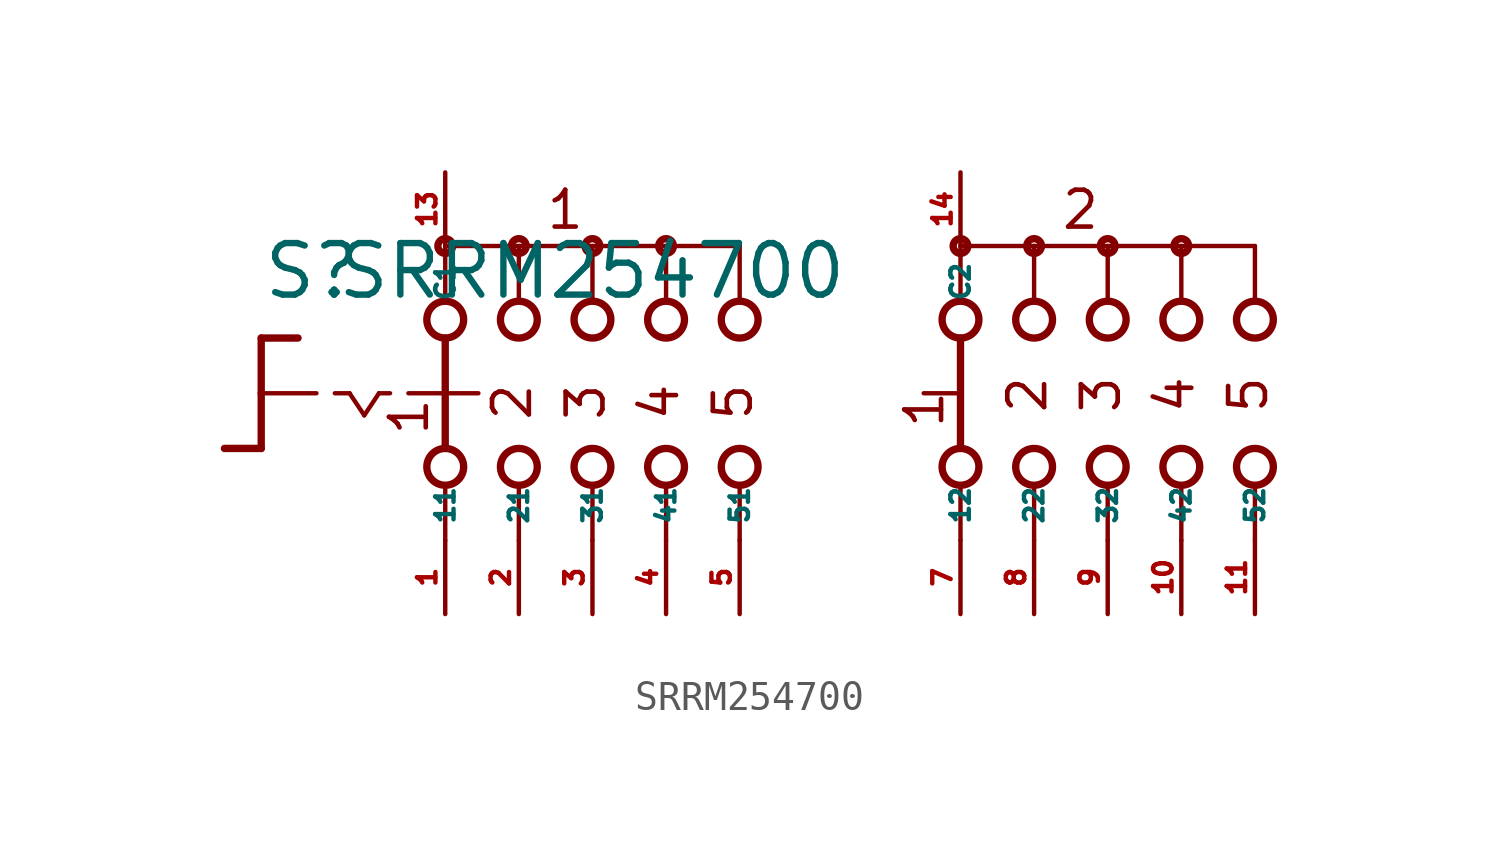
<source format=kicad_sym>
(kicad_symbol_lib
  (version 20220914)
  (generator Eagle2Kicad)
  (symbol "SRRM254700"
    (property "Reference" "S"
      (at -19.05 3.175 0)
      (effects (font (size 1.778 1.778) (thickness 0.22)) (justify left bottom)))
    (property "Value" "SRRM254700"
      (at -16.51 3.175 0)
      (effects (font (size 1.778 1.778) (thickness 0.22)) (justify left bottom)))
    (polyline
      (pts (xy -19.05 1.905) (xy -17.78 1.905))
      (stroke (width 0.254) (type default))
      (fill (type none)))
    (polyline
      (pts (xy -19.05 1.905) (xy -19.05 0))
      (stroke (width 0.254) (type default))
      (fill (type none)))
    (polyline
      (pts (xy -19.05 -1.905) (xy -20.32 -1.905))
      (stroke (width 0.254) (type default))
      (fill (type none)))
    (polyline
      (pts (xy -19.05 0) (xy -17.145 0))
      (stroke (width 0.152) (type default))
      (fill (type none)))
    (polyline
      (pts (xy -19.05 0) (xy -19.05 -1.905))
      (stroke (width 0.254) (type default))
      (fill (type none)))
    (polyline
      (pts (xy -16.51 0) (xy -16.002 0))
      (stroke (width 0.152) (type default))
      (fill (type none)))
    (polyline
      (pts (xy -14.986 0) (xy -14.605 0))
      (stroke (width 0.152) (type default))
      (fill (type none)))
    (polyline
      (pts (xy -16.002 0) (xy -15.494 -0.762))
      (stroke (width 0.152) (type default))
      (fill (type none)))
    (polyline
      (pts (xy -15.494 -0.762) (xy -14.986 0))
      (stroke (width 0.152) (type default))
      (fill (type none)))
    (polyline
      (pts (xy -10.16 3.175) (xy -10.16 5.08))
      (stroke (width 0.152) (type default))
      (fill (type none)))
    (polyline
      (pts (xy -7.62 3.175) (xy -7.62 5.08))
      (stroke (width 0.152) (type default))
      (fill (type none)))
    (polyline
      (pts (xy -5.08 3.175) (xy -5.08 5.08))
      (stroke (width 0.152) (type default))
      (fill (type none)))
    (polyline
      (pts (xy -7.62 5.08) (xy -10.16 5.08))
      (stroke (width 0.152) (type default))
      (fill (type none)))
    (polyline
      (pts (xy -7.62 5.08) (xy -5.08 5.08))
      (stroke (width 0.152) (type default))
      (fill (type none)))
    (polyline
      (pts (xy -2.54 3.175) (xy -2.54 5.08))
      (stroke (width 0.152) (type default))
      (fill (type none)))
    (polyline
      (pts (xy -5.08 5.08) (xy -2.54 5.08))
      (stroke (width 0.152) (type default))
      (fill (type none)))
    (polyline
      (pts (xy -12.7 5.08) (xy -12.7 3.175))
      (stroke (width 0.152) (type default))
      (fill (type none)))
    (polyline
      (pts (xy -10.16 5.08) (xy -12.7 5.08))
      (stroke (width 0.152) (type default))
      (fill (type none)))
    (polyline
      (pts (xy 5.08 3.175) (xy 5.08 5.08))
      (stroke (width 0.152) (type default))
      (fill (type none)))
    (polyline
      (pts (xy 5.08 -5.08) (xy 5.08 -3.175))
      (stroke (width 0.152) (type default))
      (fill (type none)))
    (polyline
      (pts (xy 7.62 3.175) (xy 7.62 5.08))
      (stroke (width 0.152) (type default))
      (fill (type none)))
    (polyline
      (pts (xy 10.16 3.175) (xy 10.16 5.08))
      (stroke (width 0.152) (type default))
      (fill (type none)))
    (polyline
      (pts (xy 12.7 3.175) (xy 12.7 5.08))
      (stroke (width 0.152) (type default))
      (fill (type none)))
    (polyline
      (pts (xy 15.24 3.175) (xy 15.24 5.08))
      (stroke (width 0.152) (type default))
      (fill (type none)))
    (polyline
      (pts (xy 5.08 5.08) (xy 7.62 5.08))
      (stroke (width 0.152) (type default))
      (fill (type none)))
    (polyline
      (pts (xy 7.62 5.08) (xy 10.16 5.08))
      (stroke (width 0.152) (type default))
      (fill (type none)))
    (polyline
      (pts (xy 10.16 5.08) (xy 12.7 5.08))
      (stroke (width 0.152) (type default))
      (fill (type none)))
    (polyline
      (pts (xy 12.7 5.08) (xy 15.24 5.08))
      (stroke (width 0.152) (type default))
      (fill (type none)))
    (polyline
      (pts (xy 7.62 -5.08) (xy 7.62 -3.175))
      (stroke (width 0.152) (type default))
      (fill (type none)))
    (polyline
      (pts (xy 10.16 -5.08) (xy 10.16 -3.175))
      (stroke (width 0.152) (type default))
      (fill (type none)))
    (polyline
      (pts (xy 12.7 -5.08) (xy 12.7 -3.175))
      (stroke (width 0.152) (type default))
      (fill (type none)))
    (polyline
      (pts (xy 15.24 -5.08) (xy 15.24 -3.175))
      (stroke (width 0.152) (type default))
      (fill (type none)))
    (polyline
      (pts (xy 5.08 1.905) (xy 5.08 -1.905))
      (stroke (width 0.254) (type default))
      (fill (type none)))
    (polyline
      (pts (xy 3.81 0) (xy 4.953 0))
      (stroke (width 0.152) (type default))
      (fill (type none)))
    (polyline
      (pts (xy -13.97 0) (xy -12.827 0))
      (stroke (width 0.152) (type default))
      (fill (type none)))
    (polyline
      (pts (xy -10.16 -5.08) (xy -10.16 -3.175))
      (stroke (width 0.152) (type default))
      (fill (type none)))
    (polyline
      (pts (xy -7.62 -5.08) (xy -7.62 -3.175))
      (stroke (width 0.152) (type default))
      (fill (type none)))
    (polyline
      (pts (xy -5.08 -5.08) (xy -5.08 -3.175))
      (stroke (width 0.152) (type default))
      (fill (type none)))
    (polyline
      (pts (xy -2.54 -5.08) (xy -2.54 -3.175))
      (stroke (width 0.152) (type default))
      (fill (type none)))
    (polyline
      (pts (xy -12.7 1.905) (xy -12.7 0))
      (stroke (width 0.254) (type default))
      (fill (type none)))
    (polyline
      (pts (xy -12.7 -3.175) (xy -12.7 -5.08))
      (stroke (width 0.152) (type default))
      (fill (type none)))
    (polyline
      (pts (xy -12.7 0) (xy -11.557 0))
      (stroke (width 0.152) (type default))
      (fill (type none)))
    (polyline
      (pts (xy -12.7 0) (xy -12.7 -1.905))
      (stroke (width 0.254) (type default))
      (fill (type none)))
    (text "2"
      (at 8.128 -0.762 900)
      (effects (font (size 1.27 1.27) (thickness 0.16)) (justify left bottom)))
    (text "3"
      (at 10.668 -0.762 900)
      (effects (font (size 1.27 1.27) (thickness 0.16)) (justify left bottom)))
    (text "4"
      (at 13.208 -0.762 900)
      (effects (font (size 1.27 1.27) (thickness 0.16)) (justify left bottom)))
    (text "5"
      (at 15.748 -0.762 900)
      (effects (font (size 1.27 1.27) (thickness 0.16)) (justify left bottom)))
    (text "1"
      (at 4.572 -1.27 900)
      (effects (font (size 1.27 1.27) (thickness 0.16)) (justify left bottom)))
    (text "1"
      (at -13.208 -1.524 900)
      (effects (font (size 1.27 1.27) (thickness 0.16)) (justify left bottom)))
    (text "2"
      (at -9.652 -1.016 900)
      (effects (font (size 1.27 1.27) (thickness 0.16)) (justify left bottom)))
    (text "3"
      (at -7.112 -1.016 900)
      (effects (font (size 1.27 1.27) (thickness 0.16)) (justify left bottom)))
    (text "4"
      (at -4.572 -1.016 900)
      (effects (font (size 1.27 1.27) (thickness 0.16)) (justify left bottom)))
    (text "5"
      (at -2.032 -1.016 900)
      (effects (font (size 1.27 1.27) (thickness 0.16)) (justify left bottom)))
    (text "1 "
      (at -9.271 5.588 0)
      (effects (font (size 1.27 1.27) (thickness 0.16)) (justify left bottom)))
    (text "2 "
      (at 8.509 5.588 0)
      (effects (font (size 1.27 1.27) (thickness 0.16)) (justify left bottom)))
    (circle
      (center -7.62 5.08)
      (radius 0.254)
      (stroke (width 0.254) (type default))
      (fill (type none)))
    (circle
      (center -5.08 5.08)
      (radius 0.254)
      (stroke (width 0.254) (type default))
      (fill (type none)))
    (circle
      (center -12.7 5.08)
      (radius 0.254)
      (stroke (width 0.254) (type default))
      (fill (type none)))
    (circle
      (center -10.16 5.08)
      (radius 0.254)
      (stroke (width 0.254) (type default))
      (fill (type none)))
    (circle
      (center -12.7 2.54)
      (radius 0.635)
      (stroke (width 0.254) (type default))
      (fill (type none)))
    (circle
      (center -10.16 2.54)
      (radius 0.635)
      (stroke (width 0.254) (type default))
      (fill (type none)))
    (circle
      (center -7.62 2.54)
      (radius 0.635)
      (stroke (width 0.254) (type default))
      (fill (type none)))
    (circle
      (center -5.08 2.54)
      (radius 0.635)
      (stroke (width 0.254) (type default))
      (fill (type none)))
    (circle
      (center -2.54 2.54)
      (radius 0.635)
      (stroke (width 0.254) (type default))
      (fill (type none)))
    (circle
      (center 5.08 5.08)
      (radius 0.254)
      (stroke (width 0.254) (type default))
      (fill (type none)))
    (circle
      (center 5.08 2.54)
      (radius 0.635)
      (stroke (width 0.254) (type default))
      (fill (type none)))
    (circle
      (center 5.08 -2.54)
      (radius 0.635)
      (stroke (width 0.254) (type default))
      (fill (type none)))
    (circle
      (center 7.62 2.54)
      (radius 0.635)
      (stroke (width 0.254) (type default))
      (fill (type none)))
    (circle
      (center 10.16 2.54)
      (radius 0.635)
      (stroke (width 0.254) (type default))
      (fill (type none)))
    (circle
      (center 12.7 2.54)
      (radius 0.635)
      (stroke (width 0.254) (type default))
      (fill (type none)))
    (circle
      (center 15.24 2.54)
      (radius 0.635)
      (stroke (width 0.254) (type default))
      (fill (type none)))
    (circle
      (center 7.62 5.08)
      (radius 0.254)
      (stroke (width 0.254) (type default))
      (fill (type none)))
    (circle
      (center 10.16 5.08)
      (radius 0.254)
      (stroke (width 0.254) (type default))
      (fill (type none)))
    (circle
      (center 12.7 5.08)
      (radius 0.254)
      (stroke (width 0.254) (type default))
      (fill (type none)))
    (circle
      (center 7.62 -2.54)
      (radius 0.635)
      (stroke (width 0.254) (type default))
      (fill (type none)))
    (circle
      (center 10.16 -2.54)
      (radius 0.635)
      (stroke (width 0.254) (type default))
      (fill (type none)))
    (circle
      (center 12.7 -2.54)
      (radius 0.635)
      (stroke (width 0.254) (type default))
      (fill (type none)))
    (circle
      (center 15.24 -2.54)
      (radius 0.635)
      (stroke (width 0.254) (type default))
      (fill (type none)))
    (circle
      (center -12.7 -2.54)
      (radius 0.635)
      (stroke (width 0.254) (type default))
      (fill (type none)))
    (circle
      (center -10.16 -2.54)
      (radius 0.635)
      (stroke (width 0.254) (type default))
      (fill (type none)))
    (circle
      (center -7.62 -2.54)
      (radius 0.635)
      (stroke (width 0.254) (type default))
      (fill (type none)))
    (circle
      (center -5.08 -2.54)
      (radius 0.635)
      (stroke (width 0.254) (type default))
      (fill (type none)))
    (circle
      (center -2.54 -2.54)
      (radius 0.635)
      (stroke (width 0.254) (type default))
      (fill (type none)))
    (pin passive line
      (at -12.7 -7.62 90)
      (length 2.54)
      (name "11" (effects (font (size 0.635 0.635) (thickness 0.08)) (justify left bottom)))
      (number "1" (effects (font (size 0.635 0.635) (thickness 0.08)) (justify left bottom))))
    (pin passive line
      (at -12.7 7.62 270)
      (length 2.54)
      (name "C1" (effects (font (size 0.635 0.635) (thickness 0.08)) (justify left bottom)))
      (number "13" (effects (font (size 0.635 0.635) (thickness 0.08)) (justify left bottom))))
    (pin passive line
      (at -10.16 -7.62 90)
      (length 2.54)
      (name "21" (effects (font (size 0.635 0.635) (thickness 0.08)) (justify left bottom)))
      (number "2" (effects (font (size 0.635 0.635) (thickness 0.08)) (justify left bottom))))
    (pin passive line
      (at -7.62 -7.62 90)
      (length 2.54)
      (name "31" (effects (font (size 0.635 0.635) (thickness 0.08)) (justify left bottom)))
      (number "3" (effects (font (size 0.635 0.635) (thickness 0.08)) (justify left bottom))))
    (pin passive line
      (at -5.08 -7.62 90)
      (length 2.54)
      (name "41" (effects (font (size 0.635 0.635) (thickness 0.08)) (justify left bottom)))
      (number "4" (effects (font (size 0.635 0.635) (thickness 0.08)) (justify left bottom))))
    (pin passive line
      (at -2.54 -7.62 90)
      (length 2.54)
      (name "51" (effects (font (size 0.635 0.635) (thickness 0.08)) (justify left bottom)))
      (number "5" (effects (font (size 0.635 0.635) (thickness 0.08)) (justify left bottom))))
    (pin passive line
      (at 5.08 -7.62 90)
      (length 2.54)
      (name "12" (effects (font (size 0.635 0.635) (thickness 0.08)) (justify left bottom)))
      (number "7" (effects (font (size 0.635 0.635) (thickness 0.08)) (justify left bottom))))
    (pin passive line
      (at 7.62 -7.62 90)
      (length 2.54)
      (name "22" (effects (font (size 0.635 0.635) (thickness 0.08)) (justify left bottom)))
      (number "8" (effects (font (size 0.635 0.635) (thickness 0.08)) (justify left bottom))))
    (pin passive line
      (at 10.16 -7.62 90)
      (length 2.54)
      (name "32" (effects (font (size 0.635 0.635) (thickness 0.08)) (justify left bottom)))
      (number "9" (effects (font (size 0.635 0.635) (thickness 0.08)) (justify left bottom))))
    (pin passive line
      (at 12.7 -7.62 90)
      (length 2.54)
      (name "42" (effects (font (size 0.635 0.635) (thickness 0.08)) (justify left bottom)))
      (number "10" (effects (font (size 0.635 0.635) (thickness 0.08)) (justify left bottom))))
    (pin passive line
      (at 15.24 -7.62 90)
      (length 2.54)
      (name "52" (effects (font (size 0.635 0.635) (thickness 0.08)) (justify left bottom)))
      (number "11" (effects (font (size 0.635 0.635) (thickness 0.08)) (justify left bottom))))
    (pin passive line
      (at 5.08 7.62 270)
      (length 2.54)
      (name "C2" (effects (font (size 0.635 0.635) (thickness 0.08)) (justify left bottom)))
      (number "14" (effects (font (size 0.635 0.635) (thickness 0.08)) (justify left bottom))))))
</source>
